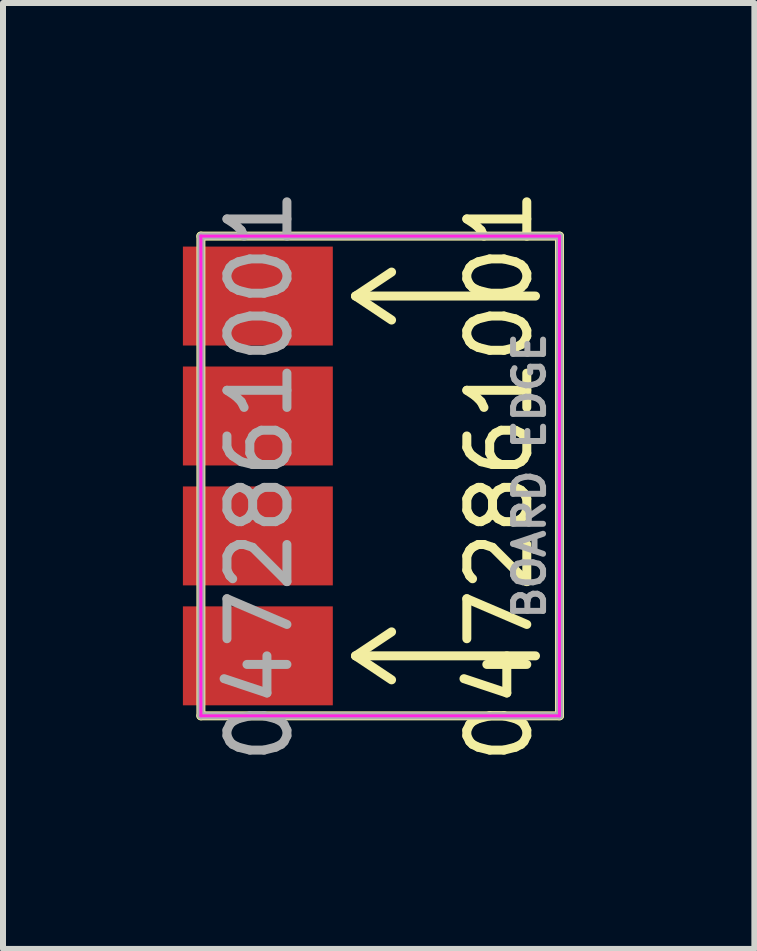
<source format=kicad_pcb>
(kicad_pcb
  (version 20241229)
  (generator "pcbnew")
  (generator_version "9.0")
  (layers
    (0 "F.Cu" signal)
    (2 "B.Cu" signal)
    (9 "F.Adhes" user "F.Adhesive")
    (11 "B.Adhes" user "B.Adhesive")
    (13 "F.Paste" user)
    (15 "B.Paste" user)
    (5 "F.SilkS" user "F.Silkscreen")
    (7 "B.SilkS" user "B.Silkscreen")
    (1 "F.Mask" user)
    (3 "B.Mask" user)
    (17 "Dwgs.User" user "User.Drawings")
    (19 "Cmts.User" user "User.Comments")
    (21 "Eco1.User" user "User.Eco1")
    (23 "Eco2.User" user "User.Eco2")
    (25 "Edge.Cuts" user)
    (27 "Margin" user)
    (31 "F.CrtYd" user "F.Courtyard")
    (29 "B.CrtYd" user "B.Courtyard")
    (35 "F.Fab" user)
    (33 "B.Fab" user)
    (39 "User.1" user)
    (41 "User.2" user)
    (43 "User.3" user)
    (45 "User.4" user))
  (footprint "0472861001"
    (layer "F.Cu")
    (at 6.28 4.887)
    (property "Reference" "0472861001" (at -1 0 90) (layer "F.SilkS") (effects (font (size 1 1) (thickness 0.15))))
    (attr smd)
    (fp_line (start -5.98 -4) (end 0 -4) (stroke (width 0.15) (type solid)) (layer "F.SilkS"))
    (fp_line (start -5.98 4) (end -5.98 -4) (stroke (width 0.15) (type solid)) (layer "F.SilkS"))
    (fp_line (start -5.98 4) (end 0 4) (stroke (width 0.15) (type solid)) (layer "F.SilkS"))
    (fp_line (start -3.4 -3) (end -2.8 -3.4) (stroke (width 0.15) (type solid)) (layer "F.SilkS"))
    (fp_line (start -3.4 -3) (end -2.8 -2.6) (stroke (width 0.15) (type solid)) (layer "F.SilkS"))
    (fp_line (start -3.4 3) (end -2.8 2.6) (stroke (width 0.15) (type solid)) (layer "F.SilkS"))
    (fp_line (start -3.4 3) (end -2.8 3.4) (stroke (width 0.15) (type solid)) (layer "F.SilkS"))
    (fp_line (start -0.4 -3) (end -3.4 -3) (stroke (width 0.15) (type solid)) (layer "F.SilkS"))
    (fp_line (start -0.4 3) (end -3.4 3) (stroke (width 0.15) (type solid)) (layer "F.SilkS"))
    (fp_line (start 0 4) (end 0 -4) (stroke (width 0.15) (type solid)) (layer "F.SilkS"))
    (fp_line (start -5.98 -4) (end 0 -4) (stroke (width 0.05) (type solid)) (layer "F.CrtYd"))
    (fp_line (start -5.98 4) (end -5.98 -4) (stroke (width 0.05) (type solid)) (layer "F.CrtYd"))
    (fp_line (start -5.98 4) (end 0 4) (stroke (width 0.05) (type solid)) (layer "F.CrtYd"))
    (fp_line (start 0 4) (end 0 -4) (stroke (width 0.05) (type solid)) (layer "F.CrtYd"))
    (fp_line (start -5.98 -4) (end 0 -4) (stroke (width 0.12) (type solid)) (layer "F.Fab"))
    (fp_line (start -5.98 4) (end -5.98 -4) (stroke (width 0.12) (type solid)) (layer "F.Fab"))
    (fp_line (start -5.98 4) (end 0 4) (stroke (width 0.12) (type solid)) (layer "F.Fab"))
    (fp_line (start 0 4) (end 0 -4) (stroke (width 0.12) (type solid)) (layer "F.Fab"))
    (fp_text user "${REFERENCE}" (at -5 0 270) (layer "F.Fab") (effects (font (size 1 1) (thickness 0.15))))
    (fp_text user "BOARD EDGE" (at -0.5 0 90) (layer "F.Fab") (effects (font (size 0.5 0.5) (thickness 0.1))))
    (pad "1" smd rect (at -5.03 -3) (size 2.5 1.65) (layers "F.Cu" "F.Mask" "F.Paste"))
    (pad "2" smd rect (at -5.03 -1) (size 2.5 1.65) (layers "F.Cu" "F.Mask" "F.Paste"))
    (pad "3" smd rect (at -5.03 1) (size 2.5 1.65) (layers "F.Cu" "F.Mask" "F.Paste"))
    (pad "4" smd rect (at -5.03 3) (size 2.5 1.65) (layers "F.Cu" "F.Mask" "F.Paste")))
  (gr_rect
    (start -3 -3)
    (end 9.53 12.774)
    (stroke (width 0.1) (type default))
    (fill no)
    (layer "Edge.Cuts")))
</source>
